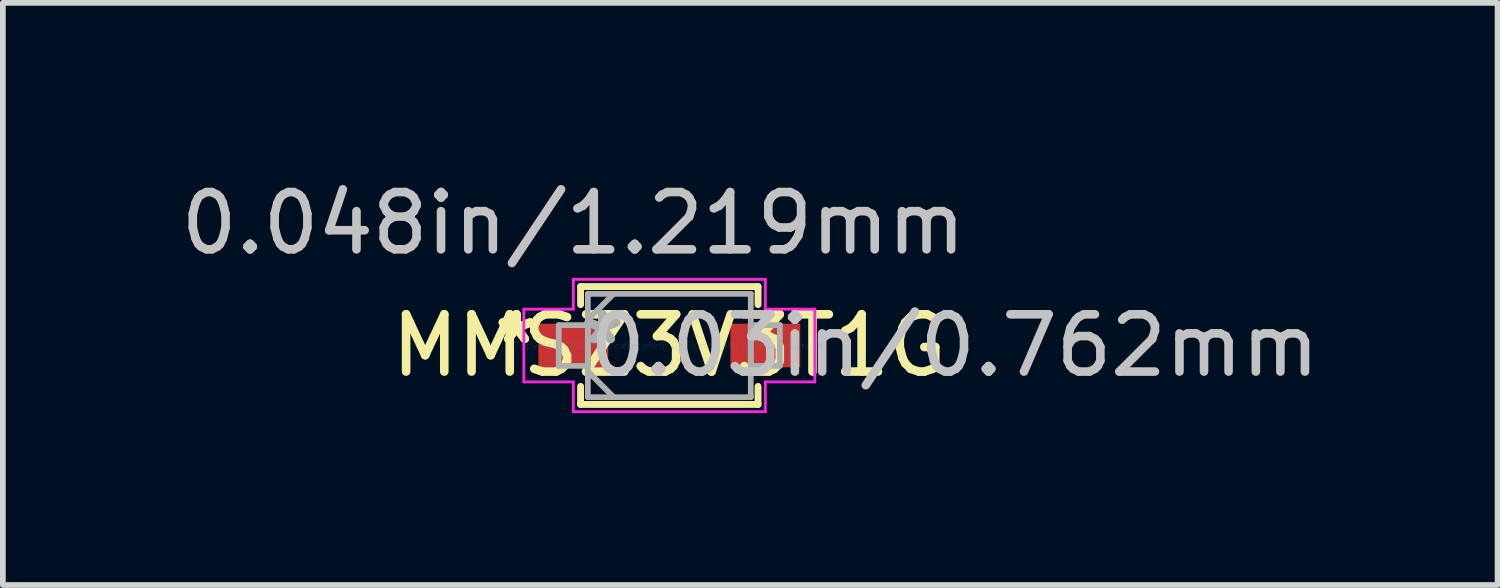
<source format=kicad_pcb>
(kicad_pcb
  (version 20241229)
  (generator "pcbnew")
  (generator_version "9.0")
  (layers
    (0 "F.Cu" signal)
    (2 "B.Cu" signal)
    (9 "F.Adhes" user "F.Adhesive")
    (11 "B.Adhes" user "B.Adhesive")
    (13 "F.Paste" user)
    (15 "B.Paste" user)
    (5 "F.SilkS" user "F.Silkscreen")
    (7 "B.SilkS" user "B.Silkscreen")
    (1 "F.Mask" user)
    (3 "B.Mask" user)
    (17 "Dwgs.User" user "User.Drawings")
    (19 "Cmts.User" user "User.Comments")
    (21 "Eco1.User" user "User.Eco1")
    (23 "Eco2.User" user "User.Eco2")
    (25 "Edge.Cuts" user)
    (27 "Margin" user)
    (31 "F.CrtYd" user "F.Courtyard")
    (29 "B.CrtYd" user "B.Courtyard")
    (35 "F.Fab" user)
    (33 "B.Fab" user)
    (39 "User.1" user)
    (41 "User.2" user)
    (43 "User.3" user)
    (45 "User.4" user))
  (footprint "MMSZ3V3T1G"
    (layer "F.Cu")
    (at 8.635 2.982)
    (property "Reference" "MMSZ3V3T1G" (at 0 0 0) (layer "F.SilkS") (effects (font (size 1 1) (thickness 0.15))))
    (attr through_hole)
    (fp_line (start -1.549 -1.029) (end -1.549 -0.714) (stroke (width 0.12) (type solid)) (layer "F.SilkS"))
    (fp_line (start -1.549 0.714) (end -1.549 1.029) (stroke (width 0.12) (type solid)) (layer "F.SilkS"))
    (fp_line (start -1.549 1.029) (end 1.549 1.029) (stroke (width 0.12) (type solid)) (layer "F.SilkS"))
    (fp_line (start 1.549 -1.029) (end -1.549 -1.029) (stroke (width 0.12) (type solid)) (layer "F.SilkS"))
    (fp_line (start 1.549 -0.714) (end 1.549 -1.029) (stroke (width 0.12) (type solid)) (layer "F.SilkS"))
    (fp_line (start 1.549 1.029) (end 1.549 0.714) (stroke (width 0.12) (type solid)) (layer "F.SilkS"))
    (fp_line (start -2.54 -0.635) (end -1.676 -0.635) (stroke (width 0.05) (type solid)) (layer "F.CrtYd"))
    (fp_line (start -2.54 0.635) (end -2.54 -0.635) (stroke (width 0.05) (type solid)) (layer "F.CrtYd"))
    (fp_line (start -1.676 -1.156) (end 1.676 -1.156) (stroke (width 0.05) (type solid)) (layer "F.CrtYd"))
    (fp_line (start -1.676 -0.635) (end -1.676 -1.156) (stroke (width 0.05) (type solid)) (layer "F.CrtYd"))
    (fp_line (start -1.676 0.635) (end -2.54 0.635) (stroke (width 0.05) (type solid)) (layer "F.CrtYd"))
    (fp_line (start -1.676 1.156) (end -1.676 0.635) (stroke (width 0.05) (type solid)) (layer "F.CrtYd"))
    (fp_line (start 1.676 -1.156) (end 1.676 -0.635) (stroke (width 0.05) (type solid)) (layer "F.CrtYd"))
    (fp_line (start 1.676 -0.635) (end 2.54 -0.635) (stroke (width 0.05) (type solid)) (layer "F.CrtYd"))
    (fp_line (start 1.676 0.635) (end 1.676 1.156) (stroke (width 0.05) (type solid)) (layer "F.CrtYd"))
    (fp_line (start 1.676 1.156) (end -1.676 1.156) (stroke (width 0.05) (type solid)) (layer "F.CrtYd"))
    (fp_line (start 2.54 -0.635) (end 2.54 0.635) (stroke (width 0.05) (type solid)) (layer "F.CrtYd"))
    (fp_line (start 2.54 0.635) (end 1.676 0.635) (stroke (width 0.05) (type solid)) (layer "F.CrtYd"))
    (fp_line (start -1.93 -0.356) (end -1.93 0.356) (stroke (width 0.1) (type solid)) (layer "F.Fab"))
    (fp_line (start -1.93 0.356) (end -1.422 0.356) (stroke (width 0.1) (type solid)) (layer "F.Fab"))
    (fp_line (start -1.422 -0.902) (end -1.422 0.902) (stroke (width 0.1) (type solid)) (layer "F.Fab"))
    (fp_line (start -1.422 -0.451) (end -0.972 -0.902) (stroke (width 0.1) (type solid)) (layer "F.Fab"))
    (fp_line (start -1.422 -0.356) (end -1.93 -0.356) (stroke (width 0.1) (type solid)) (layer "F.Fab"))
    (fp_line (start -1.422 0.356) (end -1.422 -0.356) (stroke (width 0.1) (type solid)) (layer "F.Fab"))
    (fp_line (start -1.422 0.451) (end -0.972 0.902) (stroke (width 0.1) (type solid)) (layer "F.Fab"))
    (fp_line (start -1.422 0.902) (end 1.422 0.902) (stroke (width 0.1) (type solid)) (layer "F.Fab"))
    (fp_line (start 1.422 -0.902) (end -1.422 -0.902) (stroke (width 0.1) (type solid)) (layer "F.Fab"))
    (fp_line (start 1.422 -0.356) (end 1.422 0.356) (stroke (width 0.1) (type solid)) (layer "F.Fab"))
    (fp_line (start 1.422 0.356) (end 1.93 0.356) (stroke (width 0.1) (type solid)) (layer "F.Fab"))
    (fp_line (start 1.422 0.902) (end 1.422 -0.902) (stroke (width 0.1) (type solid)) (layer "F.Fab"))
    (fp_line (start 1.93 -0.356) (end 1.422 -0.356) (stroke (width 0.1) (type solid)) (layer "F.Fab"))
    (fp_line (start 1.93 0.356) (end 1.93 -0.356) (stroke (width 0.1) (type solid)) (layer "F.Fab"))
    (fp_text user "*" (at -2.667 0 0) (layer "F.SilkS") (effects (font (size 1 1) (thickness 0.15))))
    (fp_text user "*" (at -2.667 0 0) (layer "F.SilkS") (effects (font (size 1 1) (thickness 0.15))))
    (fp_text user "0.048in/1.219mm" (at -1.676 -2.134 0) (layer "Dwgs.User") (effects (font (size 1 1) (thickness 0.15))))
    (fp_text user "0.03in/0.762mm" (at 4.978 0 0) (layer "Dwgs.User") (effects (font (size 1 1) (thickness 0.15))))
    (fp_text user "Copyright 2021 Accelerated Designs. All rights reserved." (at 0 0 0) (layer "Cmts.User") (effects (font (size 0.127 0.127) (thickness 0.002))))
    (fp_text user "*" (at -1.168 0 0) (layer "F.Fab") (effects (font (size 1 1) (thickness 0.15))))
    (fp_text user "*" (at -1.168 0 0) (layer "F.Fab") (effects (font (size 1 1) (thickness 0.15))))
    (pad "1" smd rect (at -1.676 0) (size 1.219 0.762) (layers "F.Cu" "F.Mask" "F.Paste"))
    (pad "2" smd rect (at 1.676 0) (size 1.219 0.762) (layers "F.Cu" "F.Mask" "F.Paste")))
  (gr_rect
    (start -3 -3)
    (end 23.095 7.163)
    (stroke (width 0.1) (type default))
    (fill no)
    (layer "Edge.Cuts")))
</source>
